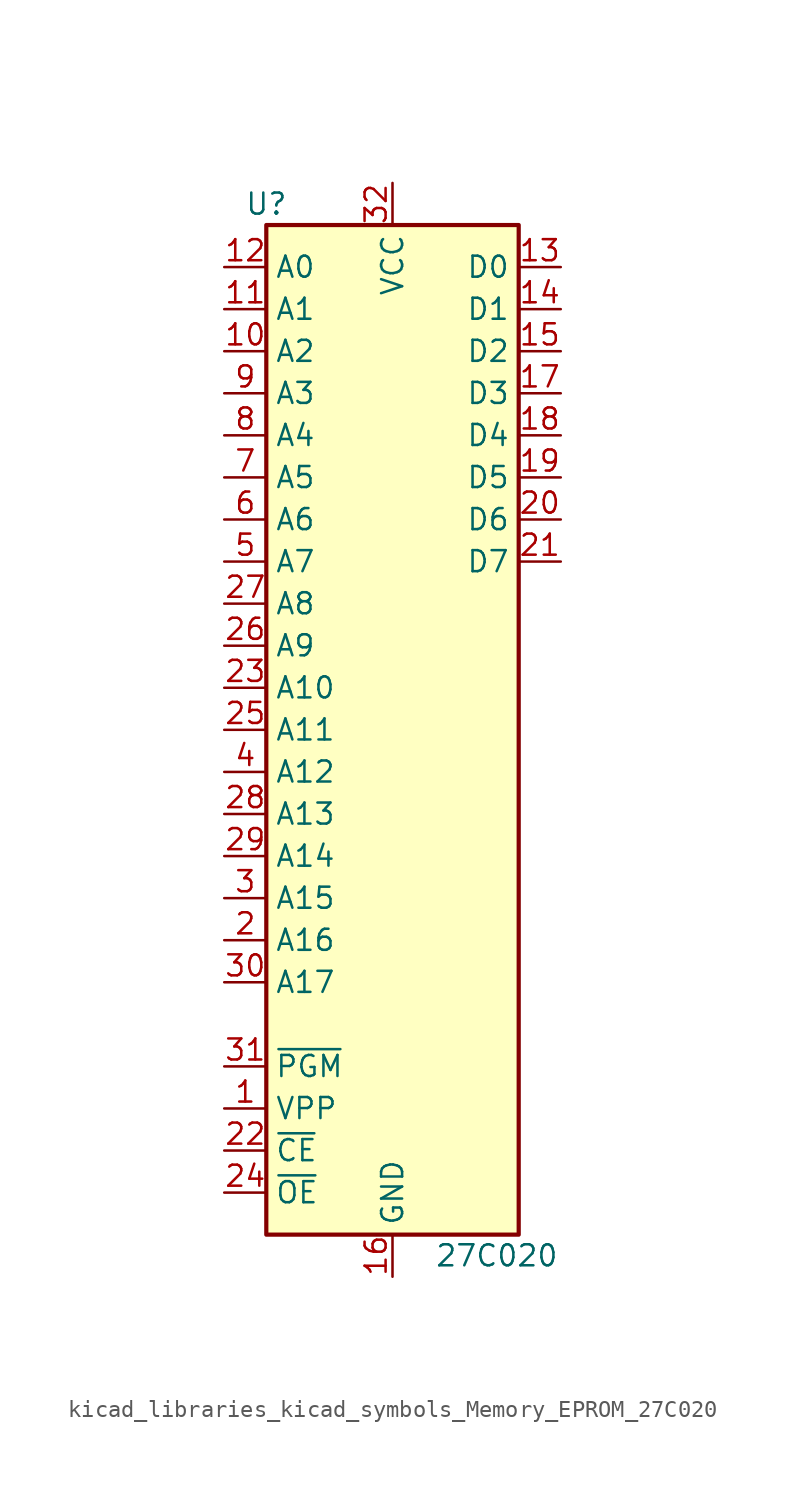
<source format=kicad_sym>
(kicad_symbol_lib
  (version 20220914)
  (generator kicad_symbol_editor)
  (symbol "kicad_libraries_kicad_symbols_Memory_EPROM_27C020"
    (property "Reference" "U"
      (at -7.62 31.75 0)
      (effects (font (size 1.27 1.27))))
    (property "Value" "27C020"
      (at 2.54 -31.75 0)
      (effects (font (size 1.27 1.27)) (justify left)))
    (symbol "kicad_libraries_kicad_symbols_Memory_EPROM_27C020_1_1"
      (rectangle (start -7.62 30.48) (end 7.62 -30.48) (stroke (width 0.254) (type default)) (fill (type background)))
      (pin input line (at -10.16 -22.86 0) (length 2.54) (name "VPP" (effects (font (size 1.27 1.27)))) (number "1" (effects (font (size 1.27 1.27)))))
      (pin input line (at -10.16 22.86 0) (length 2.54) (name "A2" (effects (font (size 1.27 1.27)))) (number "10" (effects (font (size 1.27 1.27)))))
      (pin input line (at -10.16 25.4 0) (length 2.54) (name "A1" (effects (font (size 1.27 1.27)))) (number "11" (effects (font (size 1.27 1.27)))))
      (pin input line (at -10.16 27.94 0) (length 2.54) (name "A0" (effects (font (size 1.27 1.27)))) (number "12" (effects (font (size 1.27 1.27)))))
      (pin tri_state line (at 10.16 27.94 180) (length 2.54) (name "D0" (effects (font (size 1.27 1.27)))) (number "13" (effects (font (size 1.27 1.27)))))
      (pin tri_state line (at 10.16 25.4 180) (length 2.54) (name "D1" (effects (font (size 1.27 1.27)))) (number "14" (effects (font (size 1.27 1.27)))))
      (pin tri_state line (at 10.16 22.86 180) (length 2.54) (name "D2" (effects (font (size 1.27 1.27)))) (number "15" (effects (font (size 1.27 1.27)))))
      (pin power_in line (at 0 -33.02 90) (length 2.54) (name "GND" (effects (font (size 1.27 1.27)))) (number "16" (effects (font (size 1.27 1.27)))))
      (pin tri_state line (at 10.16 20.32 180) (length 2.54) (name "D3" (effects (font (size 1.27 1.27)))) (number "17" (effects (font (size 1.27 1.27)))))
      (pin tri_state line (at 10.16 17.78 180) (length 2.54) (name "D4" (effects (font (size 1.27 1.27)))) (number "18" (effects (font (size 1.27 1.27)))))
      (pin tri_state line (at 10.16 15.24 180) (length 2.54) (name "D5" (effects (font (size 1.27 1.27)))) (number "19" (effects (font (size 1.27 1.27)))))
      (pin input line (at -10.16 -12.7 0) (length 2.54) (name "A16" (effects (font (size 1.27 1.27)))) (number "2" (effects (font (size 1.27 1.27)))))
      (pin tri_state line (at 10.16 12.7 180) (length 2.54) (name "D6" (effects (font (size 1.27 1.27)))) (number "20" (effects (font (size 1.27 1.27)))))
      (pin tri_state line (at 10.16 10.16 180) (length 2.54) (name "D7" (effects (font (size 1.27 1.27)))) (number "21" (effects (font (size 1.27 1.27)))))
      (pin input line (at -10.16 -25.4 0) (length 2.54) (name "~{CE}" (effects (font (size 1.27 1.27)))) (number "22" (effects (font (size 1.27 1.27)))))
      (pin input line (at -10.16 2.54 0) (length 2.54) (name "A10" (effects (font (size 1.27 1.27)))) (number "23" (effects (font (size 1.27 1.27)))))
      (pin input line (at -10.16 -27.94 0) (length 2.54) (name "~{OE}" (effects (font (size 1.27 1.27)))) (number "24" (effects (font (size 1.27 1.27)))))
      (pin input line (at -10.16 0 0) (length 2.54) (name "A11" (effects (font (size 1.27 1.27)))) (number "25" (effects (font (size 1.27 1.27)))))
      (pin input line (at -10.16 5.08 0) (length 2.54) (name "A9" (effects (font (size 1.27 1.27)))) (number "26" (effects (font (size 1.27 1.27)))))
      (pin input line (at -10.16 7.62 0) (length 2.54) (name "A8" (effects (font (size 1.27 1.27)))) (number "27" (effects (font (size 1.27 1.27)))))
      (pin input line (at -10.16 -5.08 0) (length 2.54) (name "A13" (effects (font (size 1.27 1.27)))) (number "28" (effects (font (size 1.27 1.27)))))
      (pin input line (at -10.16 -7.62 0) (length 2.54) (name "A14" (effects (font (size 1.27 1.27)))) (number "29" (effects (font (size 1.27 1.27)))))
      (pin input line (at -10.16 -10.16 0) (length 2.54) (name "A15" (effects (font (size 1.27 1.27)))) (number "3" (effects (font (size 1.27 1.27)))))
      (pin input line (at -10.16 -15.24 0) (length 2.54) (name "A17" (effects (font (size 1.27 1.27)))) (number "30" (effects (font (size 1.27 1.27)))))
      (pin input line (at -10.16 -20.32 0) (length 2.54) (name "~{PGM}" (effects (font (size 1.27 1.27)))) (number "31" (effects (font (size 1.27 1.27)))))
      (pin power_in line (at 0 33.02 270) (length 2.54) (name "VCC" (effects (font (size 1.27 1.27)))) (number "32" (effects (font (size 1.27 1.27)))))
      (pin input line (at -10.16 -2.54 0) (length 2.54) (name "A12" (effects (font (size 1.27 1.27)))) (number "4" (effects (font (size 1.27 1.27)))))
      (pin input line (at -10.16 10.16 0) (length 2.54) (name "A7" (effects (font (size 1.27 1.27)))) (number "5" (effects (font (size 1.27 1.27)))))
      (pin input line (at -10.16 12.7 0) (length 2.54) (name "A6" (effects (font (size 1.27 1.27)))) (number "6" (effects (font (size 1.27 1.27)))))
      (pin input line (at -10.16 15.24 0) (length 2.54) (name "A5" (effects (font (size 1.27 1.27)))) (number "7" (effects (font (size 1.27 1.27)))))
      (pin input line (at -10.16 17.78 0) (length 2.54) (name "A4" (effects (font (size 1.27 1.27)))) (number "8" (effects (font (size 1.27 1.27)))))
      (pin input line (at -10.16 20.32 0) (length 2.54) (name "A3" (effects (font (size 1.27 1.27)))) (number "9" (effects (font (size 1.27 1.27))))))))
</source>
